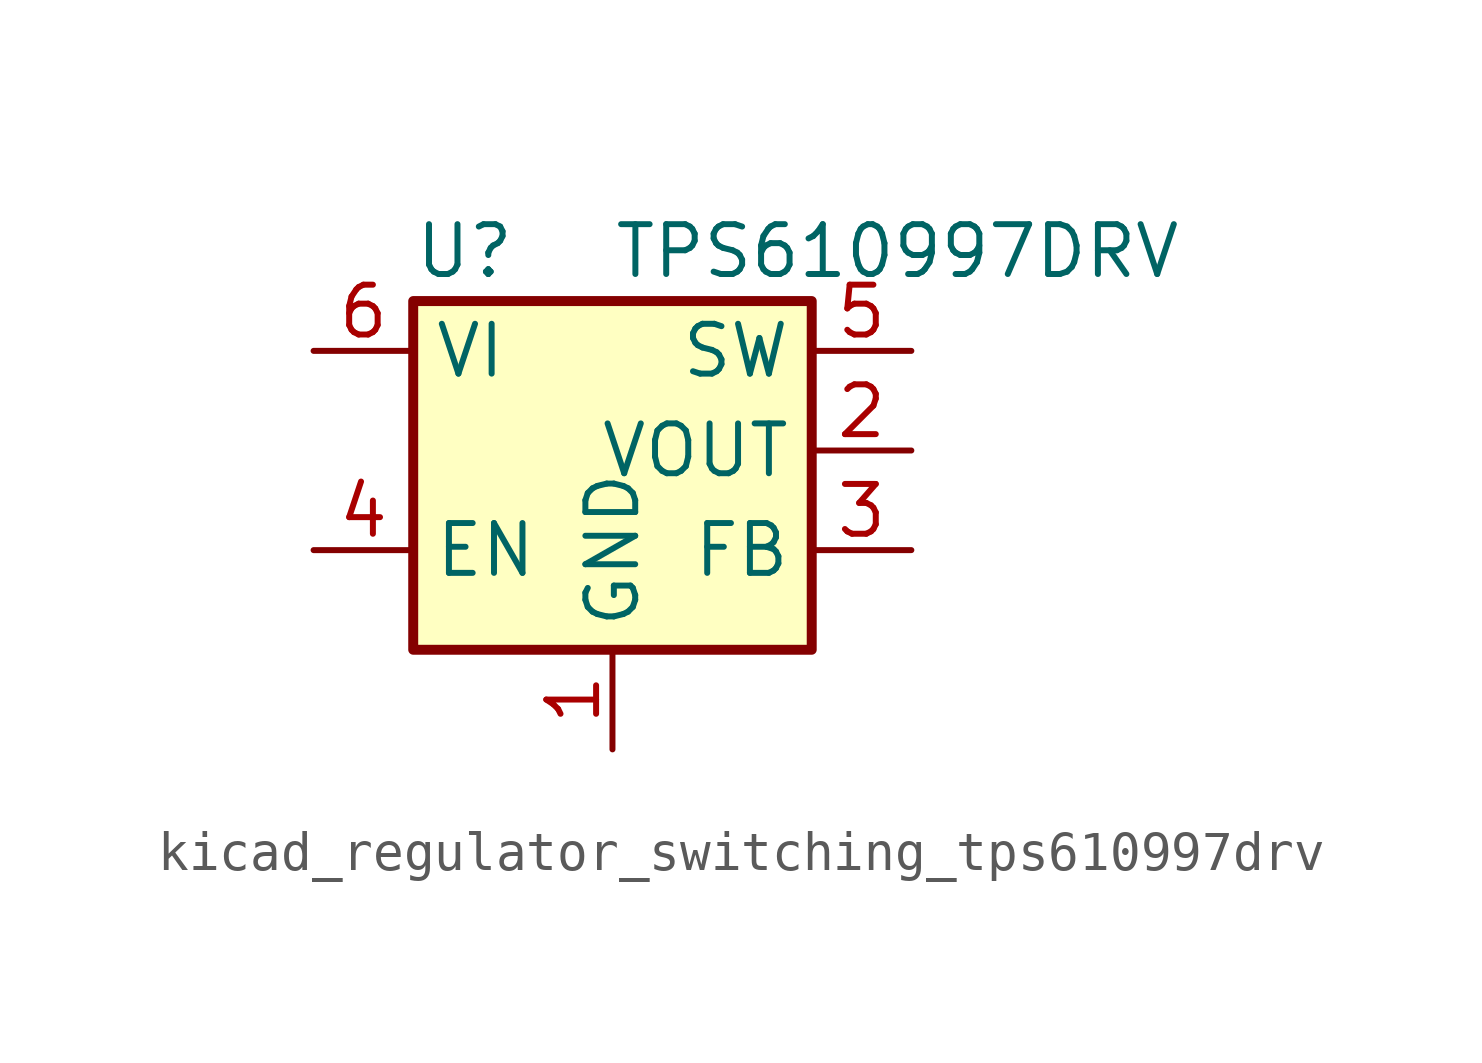
<source format=kicad_sym>
(kicad_symbol_lib
  (version 20220914)
  (generator kicad_symbol_editor)
  (symbol "kicad_regulator_switching_tps610997drv"
    (property "Reference" "U"
      (at -5.08 7.62 0)
      (effects (font (size 1.27 1.27)) (justify left)))
    (property "Value" "TPS610997DRV"
      (at 0 7.62 0)
      (effects (font (size 1.27 1.27)) (justify left)))
    (symbol "kicad_regulator_switching_tps610997drv_0_1"
      (rectangle (start -5.08 6.35) (end 5.08 -2.54) (stroke (width 0.254) (type default)) (fill (type background))))
    (symbol "kicad_regulator_switching_tps610997drv_1_1"
      (pin power_in line (at 0 -5.08 90) (length 2.54) (name "GND" (effects (font (size 1.27 1.27)))) (number "1" (effects (font (size 1.27 1.27)))))
      (pin power_out line (at 7.62 2.54 180) (length 2.54) (name "VOUT" (effects (font (size 1.27 1.27)))) (number "2" (effects (font (size 1.27 1.27)))))
      (pin passive line (at 7.62 0 180) (length 2.54) (name "FB" (effects (font (size 1.27 1.27)))) (number "3" (effects (font (size 1.27 1.27)))))
      (pin input line (at -7.62 0 0) (length 2.54) (name "EN" (effects (font (size 1.27 1.27)))) (number "4" (effects (font (size 1.27 1.27)))))
      (pin power_in line (at 7.62 5.08 180) (length 2.54) (name "SW" (effects (font (size 1.27 1.27)))) (number "5" (effects (font (size 1.27 1.27)))))
      (pin power_in line (at -7.62 5.08 0) (length 2.54) (name "VI" (effects (font (size 1.27 1.27)))) (number "6" (effects (font (size 1.27 1.27)))))
      (pin passive line (at 0 -5.08 90) (length 2.54) hide (name "GND" (effects (font (size 1.27 1.27)))) (number "7" (effects (font (size 1.27 1.27))))))))
</source>
